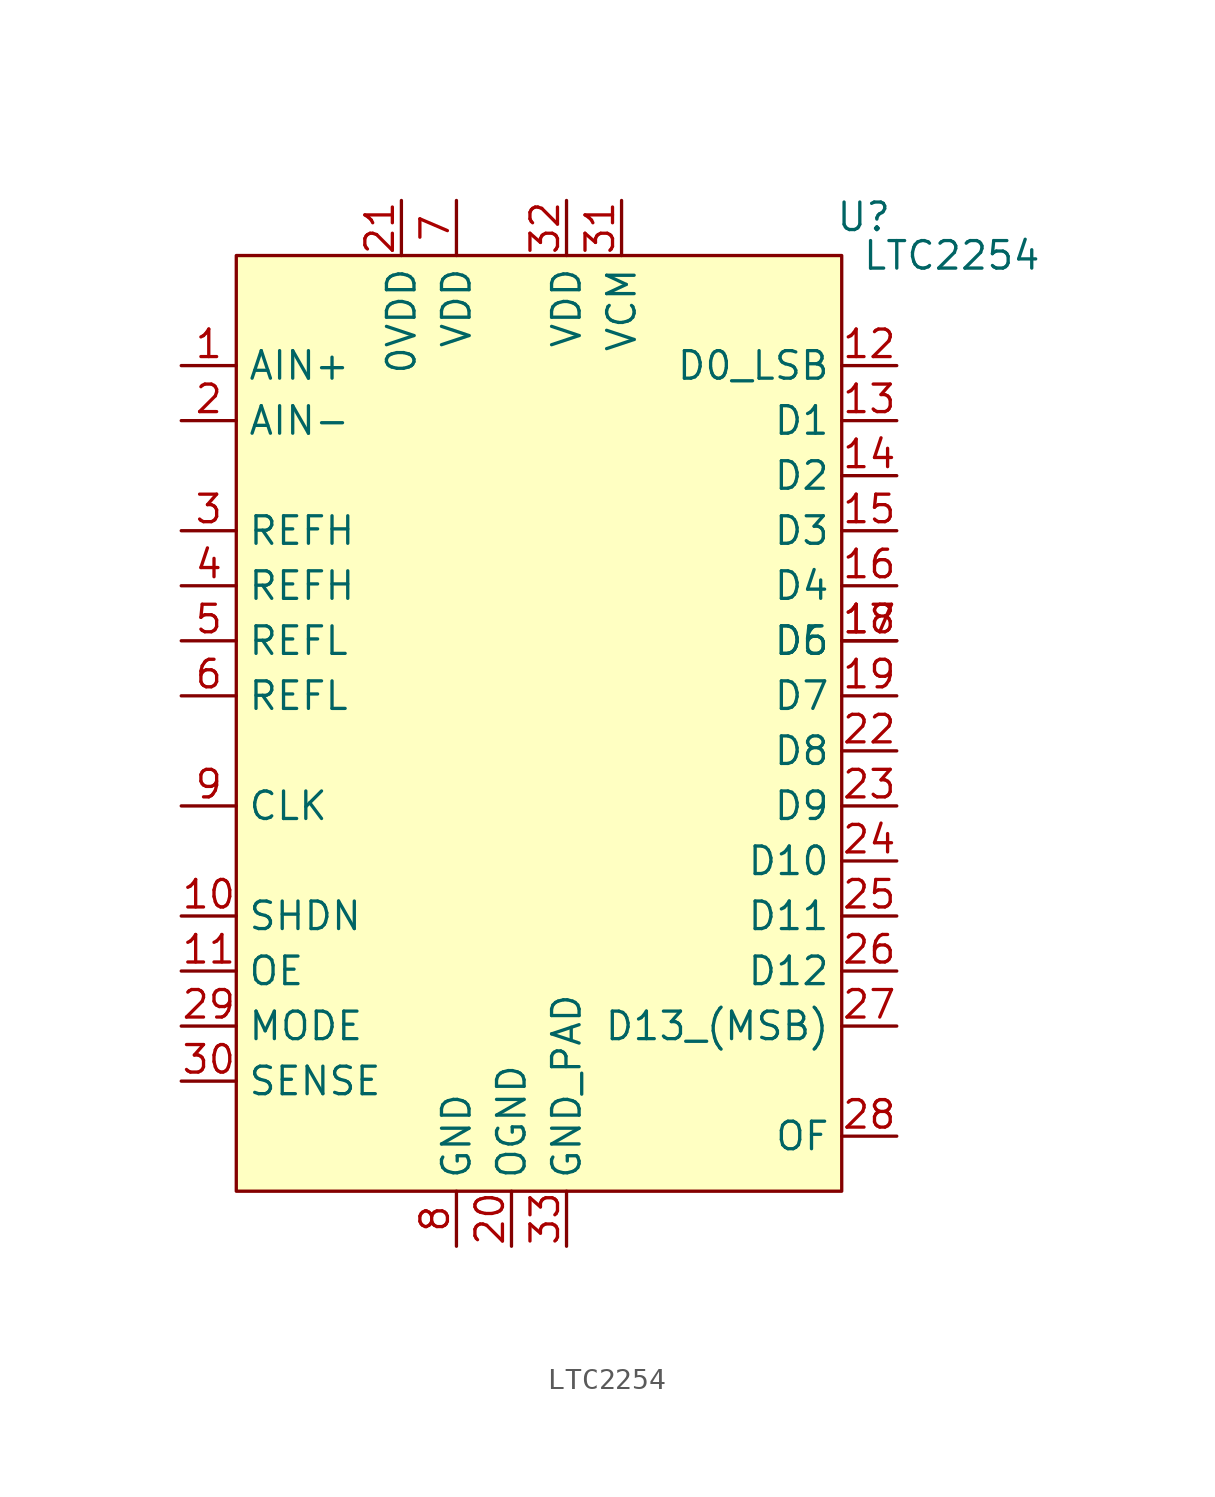
<source format=kicad_sym>
(kicad_symbol_lib
  (version 20241209)
  (generator "kicad_symbol_editor")
  (generator_version "9.0")
  (symbol "LTC2254"
    (property "Reference" "U"
      (at 28.956 4.318 0)
      (effects (font (size 1.27 1.27))))
    (property "Value" "LTC2254"
      (at 33.02 2.54 0)
      (effects (font (size 1.27 1.27))))
    (symbol "LTC2254_1_1"
      (rectangle (start 0 2.54) (end 27.94 -40.64) (stroke (width 0) (type solid)) (fill (type background)))
      (pin input line (at -2.54 -2.54 0) (length 2.54) (name "AIN+" (effects (font (size 1.27 1.27)))) (number "1" (effects (font (size 1.27 1.27)))))
      (pin input line (at -2.54 -5.08 0) (length 2.54) (name "AIN-" (effects (font (size 1.27 1.27)))) (number "2" (effects (font (size 1.27 1.27)))))
      (pin input line (at -2.54 -10.16 0) (length 2.54) (name "REFH" (effects (font (size 1.27 1.27)))) (number "3" (effects (font (size 1.27 1.27)))))
      (pin input line (at -2.54 -12.7 0) (length 2.54) (name "REFH" (effects (font (size 1.27 1.27)))) (number "4" (effects (font (size 1.27 1.27)))))
      (pin input line (at -2.54 -15.24 0) (length 2.54) (name "REFL" (effects (font (size 1.27 1.27)))) (number "5" (effects (font (size 1.27 1.27)))))
      (pin input line (at -2.54 -17.78 0) (length 2.54) (name "REFL" (effects (font (size 1.27 1.27)))) (number "6" (effects (font (size 1.27 1.27)))))
      (pin input line (at -2.54 -22.86 0) (length 2.54) (name "CLK" (effects (font (size 1.27 1.27)))) (number "9" (effects (font (size 1.27 1.27)))))
      (pin input line (at -2.54 -27.94 0) (length 2.54) (name "SHDN" (effects (font (size 1.27 1.27)))) (number "10" (effects (font (size 1.27 1.27)))))
      (pin input line (at -2.54 -30.48 0) (length 2.54) (name "OE" (effects (font (size 1.27 1.27)))) (number "11" (effects (font (size 1.27 1.27)))))
      (pin input line (at -2.54 -33.02 0) (length 2.54) (name "MODE" (effects (font (size 1.27 1.27)))) (number "29" (effects (font (size 1.27 1.27)))))
      (pin input line (at -2.54 -35.56 0) (length 2.54) (name "SENSE" (effects (font (size 1.27 1.27)))) (number "30" (effects (font (size 1.27 1.27)))))
      (pin input line (at 7.62 5.08 270) (length 2.54) (name "0VDD" (effects (font (size 1.27 1.27)))) (number "21" (effects (font (size 1.27 1.27)))))
      (pin input line (at 10.16 5.08 270) (length 2.54) (name "VDD" (effects (font (size 1.27 1.27)))) (number "7" (effects (font (size 1.27 1.27)))))
      (pin input line (at 10.16 -43.18 90) (length 2.54) (name "GND" (effects (font (size 1.27 1.27)))) (number "8" (effects (font (size 1.27 1.27)))))
      (pin input line (at 12.7 -43.18 90) (length 2.54) (name "OGND" (effects (font (size 1.27 1.27)))) (number "20" (effects (font (size 1.27 1.27)))))
      (pin input line (at 15.24 5.08 270) (length 2.54) (name "VDD" (effects (font (size 1.27 1.27)))) (number "32" (effects (font (size 1.27 1.27)))))
      (pin input line (at 15.24 -43.18 90) (length 2.54) (name "GND_PAD" (effects (font (size 1.27 1.27)))) (number "33" (effects (font (size 1.27 1.27)))))
      (pin input line (at 17.78 5.08 270) (length 2.54) (name "VCM" (effects (font (size 1.27 1.27)))) (number "31" (effects (font (size 1.27 1.27)))))
      (pin output line (at 30.48 -2.54 180) (length 2.54) (name "D0_LSB" (effects (font (size 1.27 1.27)))) (number "12" (effects (font (size 1.27 1.27)))))
      (pin output line (at 30.48 -5.08 180) (length 2.54) (name "D1" (effects (font (size 1.27 1.27)))) (number "13" (effects (font (size 1.27 1.27)))))
      (pin output line (at 30.48 -7.62 180) (length 2.54) (name "D2" (effects (font (size 1.27 1.27)))) (number "14" (effects (font (size 1.27 1.27)))))
      (pin output line (at 30.48 -10.16 180) (length 2.54) (name "D3" (effects (font (size 1.27 1.27)))) (number "15" (effects (font (size 1.27 1.27)))))
      (pin output line (at 30.48 -12.7 180) (length 2.54) (name "D4" (effects (font (size 1.27 1.27)))) (number "16" (effects (font (size 1.27 1.27)))))
      (pin output line (at 30.48 -15.24 180) (length 2.54) (name "D5" (effects (font (size 1.27 1.27)))) (number "17" (effects (font (size 1.27 1.27)))))
      (pin output line (at 30.48 -15.24 180) (length 2.54) (name "D6" (effects (font (size 1.27 1.27)))) (number "18" (effects (font (size 1.27 1.27)))))
      (pin output line (at 30.48 -17.78 180) (length 2.54) (name "D7" (effects (font (size 1.27 1.27)))) (number "19" (effects (font (size 1.27 1.27)))))
      (pin output line (at 30.48 -20.32 180) (length 2.54) (name "D8" (effects (font (size 1.27 1.27)))) (number "22" (effects (font (size 1.27 1.27)))))
      (pin output line (at 30.48 -22.86 180) (length 2.54) (name "D9" (effects (font (size 1.27 1.27)))) (number "23" (effects (font (size 1.27 1.27)))))
      (pin output line (at 30.48 -25.4 180) (length 2.54) (name "D10" (effects (font (size 1.27 1.27)))) (number "24" (effects (font (size 1.27 1.27)))))
      (pin output line (at 30.48 -27.94 180) (length 2.54) (name "D11" (effects (font (size 1.27 1.27)))) (number "25" (effects (font (size 1.27 1.27)))))
      (pin output line (at 30.48 -30.48 180) (length 2.54) (name "D12" (effects (font (size 1.27 1.27)))) (number "26" (effects (font (size 1.27 1.27)))))
      (pin output line (at 30.48 -33.02 180) (length 2.54) (name "D13_(MSB)" (effects (font (size 1.27 1.27)))) (number "27" (effects (font (size 1.27 1.27)))))
      (pin output line (at 30.48 -38.1 180) (length 2.54) (name "OF" (effects (font (size 1.27 1.27)))) (number "28" (effects (font (size 1.27 1.27))))))))
</source>
